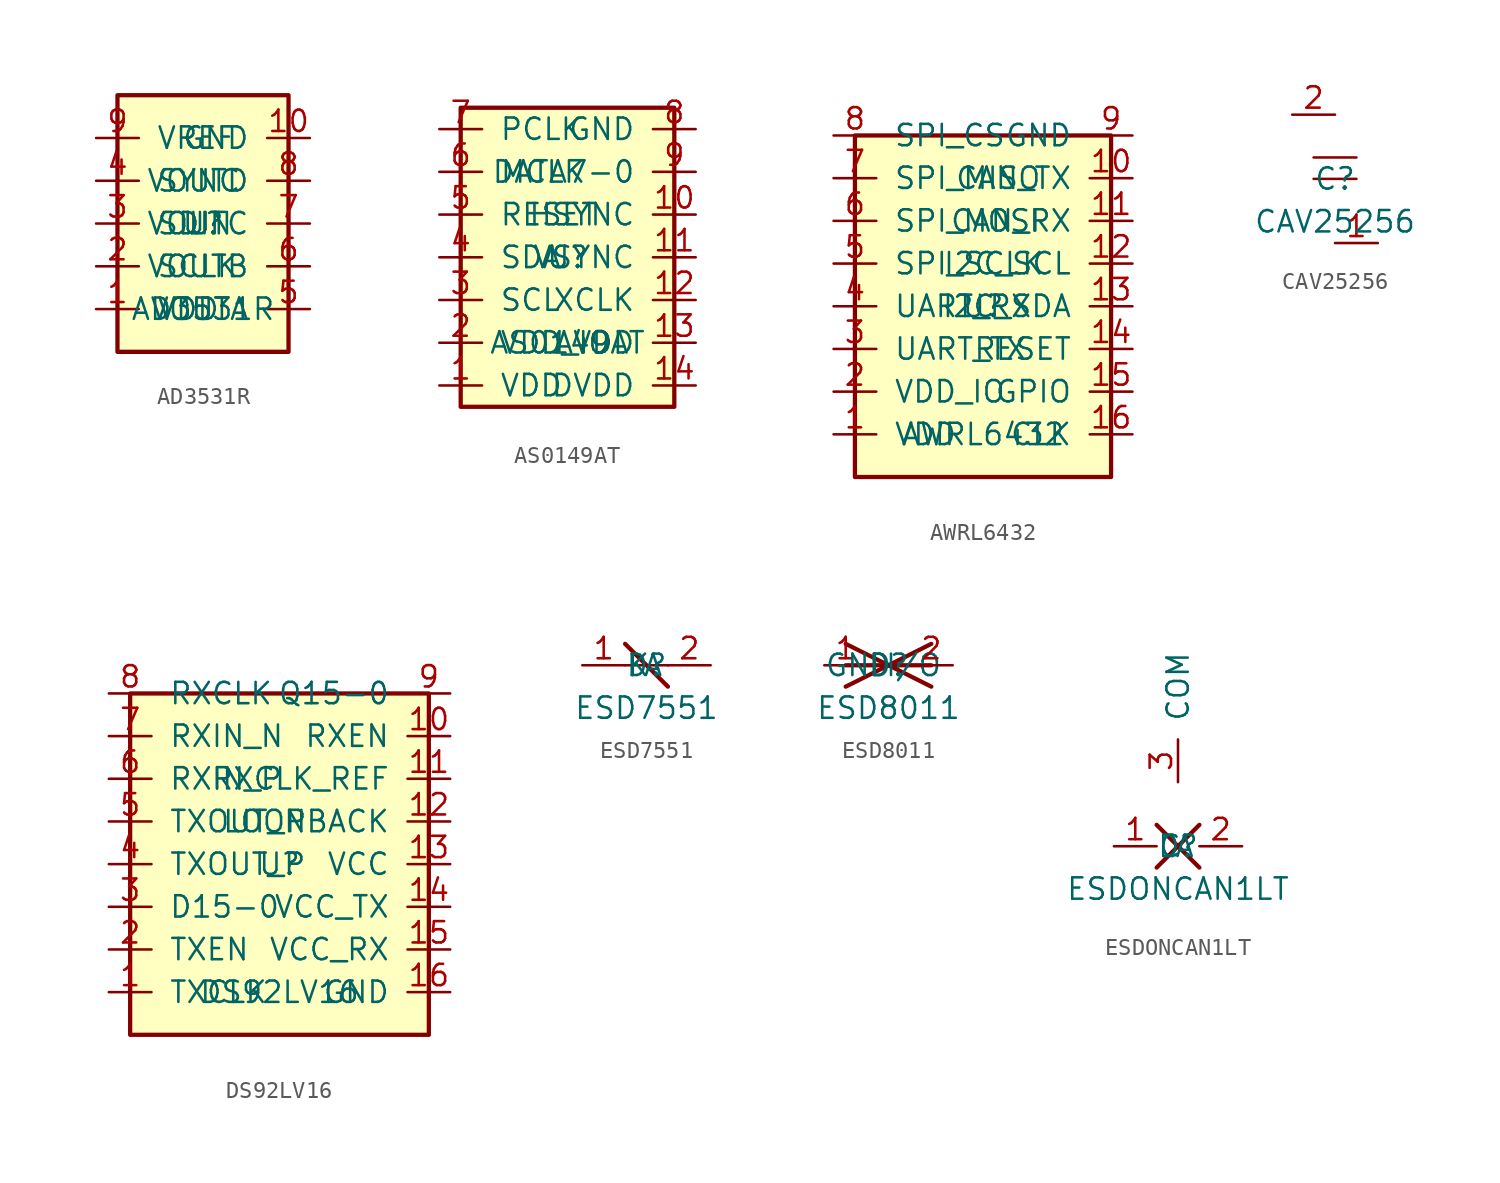
<source format=kicad_sym>
(kicad_symbol_lib
  (version 20220914)
  (generator kicad_symbol_editor)
  (symbol "AD3531R"
    (pin_names
      (offset 1.016))
    (property "Reference" "U"
      (at 0 0 0)
      (effects (font (size 1.27 1.27) (thickness 0.15))))
    (property "Value" "AD3531R"
      (at 0 -5.08 0)
      (effects (font (size 1.27 1.27) (thickness 0.15))))
    (symbol "AD3531R_0_1"
      (rectangle (start -5.08 -7.62) (end 5.08 7.62) (stroke (width 0.254) (type default)) (fill (type background)))
      (pin power_in line (at -6.35 -5.08 0) (length 2.54) (name "VDD" (effects (font (size 1.27 1.27)))) (number "1" (effects (font (size 1.27 1.27)))))
      (pin input line (at -6.35 -2.54 0) (length 2.54) (name "SCLK" (effects (font (size 1.27 1.27)))) (number "2" (effects (font (size 1.27 1.27)))))
      (pin input line (at -6.35 0 0) (length 2.54) (name "SDIN" (effects (font (size 1.27 1.27)))) (number "3" (effects (font (size 1.27 1.27)))))
      (pin input line (at -6.35 2.54 0) (length 2.54) (name "SYNC" (effects (font (size 1.27 1.27)))) (number "4" (effects (font (size 1.27 1.27)))))
      (pin output line (at 6.35 -5.08 180) (length 2.54) (name "VOUTA" (effects (font (size 1.27 1.27)))) (number "5" (effects (font (size 1.27 1.27)))))
      (pin output line (at 6.35 -2.54 180) (length 2.54) (name "VOUTB" (effects (font (size 1.27 1.27)))) (number "6" (effects (font (size 1.27 1.27)))))
      (pin output line (at 6.35 0 180) (length 2.54) (name "VOUTC" (effects (font (size 1.27 1.27)))) (number "7" (effects (font (size 1.27 1.27)))))
      (pin output line (at 6.35 2.54 180) (length 2.54) (name "VOUTD" (effects (font (size 1.27 1.27)))) (number "8" (effects (font (size 1.27 1.27)))))
      (pin power_in line (at -6.35 5.08 0) (length 2.54) (name "VREF" (effects (font (size 1.27 1.27)))) (number "9" (effects (font (size 1.27 1.27)))))
      (pin power_in line (at 6.35 5.08 180) (length 2.54) (name "GND" (effects (font (size 1.27 1.27)))) (number "10" (effects (font (size 1.27 1.27)))))))
  (symbol "AS0149AT"
    (pin_names
      (offset 1.016))
    (property "Reference" "U"
      (at 0 0 0)
      (effects (font (size 1.27 1.27) (thickness 0.15))))
    (property "Value" "AS0149AT"
      (at 0 -5.08 0)
      (effects (font (size 1.27 1.27) (thickness 0.15))))
    (symbol "AS0149AT_0_1"
      (rectangle (start -6.35 -8.89) (end 6.35 8.89) (stroke (width 0.254) (type default)) (fill (type background)))
      (pin power_in line (at -7.62 -7.62 0) (length 2.54) (name "VDD" (effects (font (size 1.27 1.27)))) (number "1" (effects (font (size 1.27 1.27)))))
      (pin power_in line (at -7.62 -5.08 0) (length 2.54) (name "VDD_IO" (effects (font (size 1.27 1.27)))) (number "2" (effects (font (size 1.27 1.27)))))
      (pin input line (at -7.62 -2.54 0) (length 2.54) (name "SCL" (effects (font (size 1.27 1.27)))) (number "3" (effects (font (size 1.27 1.27)))))
      (pin bidirectional line (at -7.62 0 0) (length 2.54) (name "SDA" (effects (font (size 1.27 1.27)))) (number "4" (effects (font (size 1.27 1.27)))))
      (pin input line (at -7.62 2.54 0) (length 2.54) (name "RESET" (effects (font (size 1.27 1.27)))) (number "5" (effects (font (size 1.27 1.27)))))
      (pin input line (at -7.62 5.08 0) (length 2.54) (name "MCLK" (effects (font (size 1.27 1.27)))) (number "6" (effects (font (size 1.27 1.27)))))
      (pin output line (at -7.62 7.62 0) (length 2.54) (name "PCLK" (effects (font (size 1.27 1.27)))) (number "7" (effects (font (size 1.27 1.27)))))
      (pin power_in line (at 7.62 7.62 180) (length 2.54) (name "GND" (effects (font (size 1.27 1.27)))) (number "8" (effects (font (size 1.27 1.27)))))
      (pin output line (at 7.62 5.08 180) (length 2.54) (name "DATA7-0" (effects (font (size 1.27 1.27)))) (number "9" (effects (font (size 1.27 1.27)))))
      (pin output line (at 7.62 2.54 180) (length 2.54) (name "HSYNC" (effects (font (size 1.27 1.27)))) (number "10" (effects (font (size 1.27 1.27)))))
      (pin output line (at 7.62 0 180) (length 2.54) (name "VSYNC" (effects (font (size 1.27 1.27)))) (number "11" (effects (font (size 1.27 1.27)))))
      (pin input line (at 7.62 -2.54 180) (length 2.54) (name "XCLK" (effects (font (size 1.27 1.27)))) (number "12" (effects (font (size 1.27 1.27)))))
      (pin power_in line (at 7.62 -5.08 180) (length 2.54) (name "AVDD" (effects (font (size 1.27 1.27)))) (number "13" (effects (font (size 1.27 1.27)))))
      (pin power_in line (at 7.62 -7.62 180) (length 2.54) (name "DVDD" (effects (font (size 1.27 1.27)))) (number "14" (effects (font (size 1.27 1.27)))))))
  (symbol "AWRL6432"
    (pin_names
      (offset 1.016))
    (property "Reference" "U"
      (at 0 0 0)
      (effects (font (size 1.27 1.27) (thickness 0.15))))
    (property "Value" "AWRL6432"
      (at 0 -7.62 0)
      (effects (font (size 1.27 1.27) (thickness 0.15))))
    (symbol "AWRL6432_0_1"
      (rectangle (start -7.62 -10.16) (end 7.62 10.16) (stroke (width 0.254) (type default)) (fill (type background)))
      (pin power_in line (at -8.89 -7.62 0) (length 2.54) (name "VDD" (effects (font (size 1.27 1.27)))) (number "1" (effects (font (size 1.27 1.27)))))
      (pin power_in line (at -8.89 -5.08 0) (length 2.54) (name "VDD_IO" (effects (font (size 1.27 1.27)))) (number "2" (effects (font (size 1.27 1.27)))))
      (pin input line (at -8.89 -2.54 0) (length 2.54) (name "UART_TX" (effects (font (size 1.27 1.27)))) (number "3" (effects (font (size 1.27 1.27)))))
      (pin output line (at -8.89 0 0) (length 2.54) (name "UART_RX" (effects (font (size 1.27 1.27)))) (number "4" (effects (font (size 1.27 1.27)))))
      (pin input line (at -8.89 2.54 0) (length 2.54) (name "SPI_SCLK" (effects (font (size 1.27 1.27)))) (number "5" (effects (font (size 1.27 1.27)))))
      (pin input line (at -8.89 5.08 0) (length 2.54) (name "SPI_MOSI" (effects (font (size 1.27 1.27)))) (number "6" (effects (font (size 1.27 1.27)))))
      (pin output line (at -8.89 7.62 0) (length 2.54) (name "SPI_MISO" (effects (font (size 1.27 1.27)))) (number "7" (effects (font (size 1.27 1.27)))))
      (pin input line (at -8.89 10.16 0) (length 2.54) (name "SPI_CS" (effects (font (size 1.27 1.27)))) (number "8" (effects (font (size 1.27 1.27)))))
      (pin power_in line (at 8.89 10.16 180) (length 2.54) (name "GND" (effects (font (size 1.27 1.27)))) (number "9" (effects (font (size 1.27 1.27)))))
      (pin input line (at 8.89 7.62 180) (length 2.54) (name "CAN_TX" (effects (font (size 1.27 1.27)))) (number "10" (effects (font (size 1.27 1.27)))))
      (pin output line (at 8.89 5.08 180) (length 2.54) (name "CAN_RX" (effects (font (size 1.27 1.27)))) (number "11" (effects (font (size 1.27 1.27)))))
      (pin input line (at 8.89 2.54 180) (length 2.54) (name "I2C_SCL" (effects (font (size 1.27 1.27)))) (number "12" (effects (font (size 1.27 1.27)))))
      (pin bidirectional line (at 8.89 0 180) (length 2.54) (name "I2C_SDA" (effects (font (size 1.27 1.27)))) (number "13" (effects (font (size 1.27 1.27)))))
      (pin input line (at 8.89 -2.54 180) (length 2.54) (name "RESET" (effects (font (size 1.27 1.27)))) (number "14" (effects (font (size 1.27 1.27)))))
      (pin input line (at 8.89 -5.08 180) (length 2.54) (name "GPIO" (effects (font (size 1.27 1.27)))) (number "15" (effects (font (size 1.27 1.27)))))
      (pin input line (at 8.89 -7.62 180) (length 2.54) (name "CLK" (effects (font (size 1.27 1.27)))) (number "16" (effects (font (size 1.27 1.27)))))))
  (symbol "CAV25256"
    (pin_names
      (offset 1.016))
    (property "Reference" "C"
      (at 0 0 0)
      (effects (font (size 1.27 1.27) (thickness 0.15))))
    (property "Value" "CAV25256"
      (at 0 -2.54 0)
      (effects (font (size 1.27 1.27) (thickness 0.15))))
    (symbol "CAV25256_0_1"
      (polyline (pts (xy -1.27 0) (xy 1.27 0)) (stroke (width 0) (type default)) (fill (type none)))
      (polyline (pts (xy -1.27 1.27) (xy 1.27 1.27)) (stroke (width 0) (type default)) (fill (type none)))
      (pin passive line (at 0 -3.81 0) (length 2.54) (name "~" (effects (font (size 1.27 1.27)))) (number "1" (effects (font (size 1.27 1.27)))))
      (pin passive line (at 0 3.81 180) (length 2.54) (name "~" (effects (font (size 1.27 1.27)))) (number "2" (effects (font (size 1.27 1.27)))))))
  (symbol "DS92LV16"
    (pin_names
      (offset 1.016))
    (property "Reference" "U"
      (at 0 0 0)
      (effects (font (size 1.27 1.27) (thickness 0.15))))
    (property "Value" "DS92LV16"
      (at 0 -7.62 0)
      (effects (font (size 1.27 1.27) (thickness 0.15))))
    (symbol "DS92LV16_0_1"
      (rectangle (start -8.89 -10.16) (end 8.89 10.16) (stroke (width 0.254) (type default)) (fill (type background)))
      (pin input line (at -10.16 -7.62 0) (length 2.54) (name "TXCLK" (effects (font (size 1.27 1.27)))) (number "1" (effects (font (size 1.27 1.27)))))
      (pin input line (at -10.16 -5.08 0) (length 2.54) (name "TXEN" (effects (font (size 1.27 1.27)))) (number "2" (effects (font (size 1.27 1.27)))))
      (pin input line (at -10.16 -2.54 0) (length 2.54) (name "D15-0" (effects (font (size 1.27 1.27)))) (number "3" (effects (font (size 1.27 1.27)))))
      (pin output line (at -10.16 0 0) (length 2.54) (name "TXOUT_P" (effects (font (size 1.27 1.27)))) (number "4" (effects (font (size 1.27 1.27)))))
      (pin output line (at -10.16 2.54 0) (length 2.54) (name "TXOUT_N" (effects (font (size 1.27 1.27)))) (number "5" (effects (font (size 1.27 1.27)))))
      (pin input line (at -10.16 5.08 0) (length 2.54) (name "RXIN_P" (effects (font (size 1.27 1.27)))) (number "6" (effects (font (size 1.27 1.27)))))
      (pin input line (at -10.16 7.62 0) (length 2.54) (name "RXIN_N" (effects (font (size 1.27 1.27)))) (number "7" (effects (font (size 1.27 1.27)))))
      (pin output line (at -10.16 10.16 0) (length 2.54) (name "RXCLK" (effects (font (size 1.27 1.27)))) (number "8" (effects (font (size 1.27 1.27)))))
      (pin output line (at 10.16 10.16 180) (length 2.54) (name "Q15-0" (effects (font (size 1.27 1.27)))) (number "9" (effects (font (size 1.27 1.27)))))
      (pin input line (at 10.16 7.62 180) (length 2.54) (name "RXEN" (effects (font (size 1.27 1.27)))) (number "10" (effects (font (size 1.27 1.27)))))
      (pin input line (at 10.16 5.08 180) (length 2.54) (name "RXCLK_REF" (effects (font (size 1.27 1.27)))) (number "11" (effects (font (size 1.27 1.27)))))
      (pin input line (at 10.16 2.54 180) (length 2.54) (name "LOOPBACK" (effects (font (size 1.27 1.27)))) (number "12" (effects (font (size 1.27 1.27)))))
      (pin power_in line (at 10.16 0 180) (length 2.54) (name "VCC" (effects (font (size 1.27 1.27)))) (number "13" (effects (font (size 1.27 1.27)))))
      (pin power_in line (at 10.16 -2.54 180) (length 2.54) (name "VCC_TX" (effects (font (size 1.27 1.27)))) (number "14" (effects (font (size 1.27 1.27)))))
      (pin power_in line (at 10.16 -5.08 180) (length 2.54) (name "VCC_RX" (effects (font (size 1.27 1.27)))) (number "15" (effects (font (size 1.27 1.27)))))
      (pin power_in line (at 10.16 -7.62 180) (length 2.54) (name "GND" (effects (font (size 1.27 1.27)))) (number "16" (effects (font (size 1.27 1.27)))))))
  (symbol "ESD7551"
    (pin_names
      (offset 1.016))
    (property "Reference" "D"
      (at 0 0 0)
      (effects (font (size 1.27 1.27) (thickness 0.15))))
    (property "Value" "ESD7551"
      (at 0 -2.54 0)
      (effects (font (size 1.27 1.27) (thickness 0.15))))
    (symbol "ESD7551_0_1"
      (polyline (pts (xy -1.27 0) (xy 1.27 0)) (stroke (width 0) (type default)) (fill (type none)))
      (polyline (pts (xy -1.27 1.27) (xy 1.27 -1.27)) (stroke (width 0.254) (type default)) (fill (type none)))
      (pin passive line (at -3.81 0 0) (length 2.54) (name "A" (effects (font (size 1.27 1.27)))) (number "1" (effects (font (size 1.27 1.27)))))
      (pin passive line (at 3.81 0 180) (length 2.54) (name "K" (effects (font (size 1.27 1.27)))) (number "2" (effects (font (size 1.27 1.27)))))))
  (symbol "ESD8011"
    (pin_names
      (offset 1.016))
    (property "Reference" "D"
      (at 0 0 0)
      (effects (font (size 1.27 1.27) (thickness 0.15))))
    (property "Value" "ESD8011"
      (at 0 -2.54 0)
      (effects (font (size 1.27 1.27) (thickness 0.15))))
    (symbol "ESD8011_0_1"
      (polyline (pts (xy -2.54 -1.27) (xy 0 0) (xy -2.54 1.27)) (stroke (width 0.254) (type default)) (fill (type none)))
      (polyline (pts (xy 2.54 -1.27) (xy 0 0) (xy 2.54 1.27)) (stroke (width 0.254) (type default)) (fill (type none)))
      (polyline (pts (xy -2.54 0) (xy 2.54 0)) (stroke (width 0.254) (type default)) (fill (type none)))
      (pin passive line (at -3.81 0 0) (length 2.54) (name "I/O" (effects (font (size 1.27 1.27)))) (number "1" (effects (font (size 1.27 1.27)))))
      (pin power_in line (at 3.81 0 180) (length 2.54) (name "GND" (effects (font (size 1.27 1.27)))) (number "2" (effects (font (size 1.27 1.27)))))))
  (symbol "ESDONCAN1LT"
    (pin_names
      (offset 1.016))
    (property "Reference" "D"
      (at 0 0 0)
      (effects (font (size 1.27 1.27) (thickness 0.15))))
    (property "Value" "ESDONCAN1LT"
      (at 0 -2.54 0)
      (effects (font (size 1.27 1.27) (thickness 0.15))))
    (symbol "ESDONCAN1LT_0_1"
      (polyline (pts (xy -1.27 -1.27) (xy 1.27 1.27)) (stroke (width 0.254) (type default)) (fill (type none)))
      (polyline (pts (xy -1.27 1.27) (xy 1.27 -1.27)) (stroke (width 0.254) (type default)) (fill (type none)))
      (pin passive line (at -3.81 0 0) (length 2.54) (name "A" (effects (font (size 1.27 1.27)))) (number "1" (effects (font (size 1.27 1.27)))))
      (pin passive line (at 3.81 0 180) (length 2.54) (name "C" (effects (font (size 1.27 1.27)))) (number "2" (effects (font (size 1.27 1.27)))))
      (pin power_in line (at 0 3.81 90) (length 2.54) (name "COM" (effects (font (size 1.27 1.27)))) (number "3" (effects (font (size 1.27 1.27))))))))
</source>
